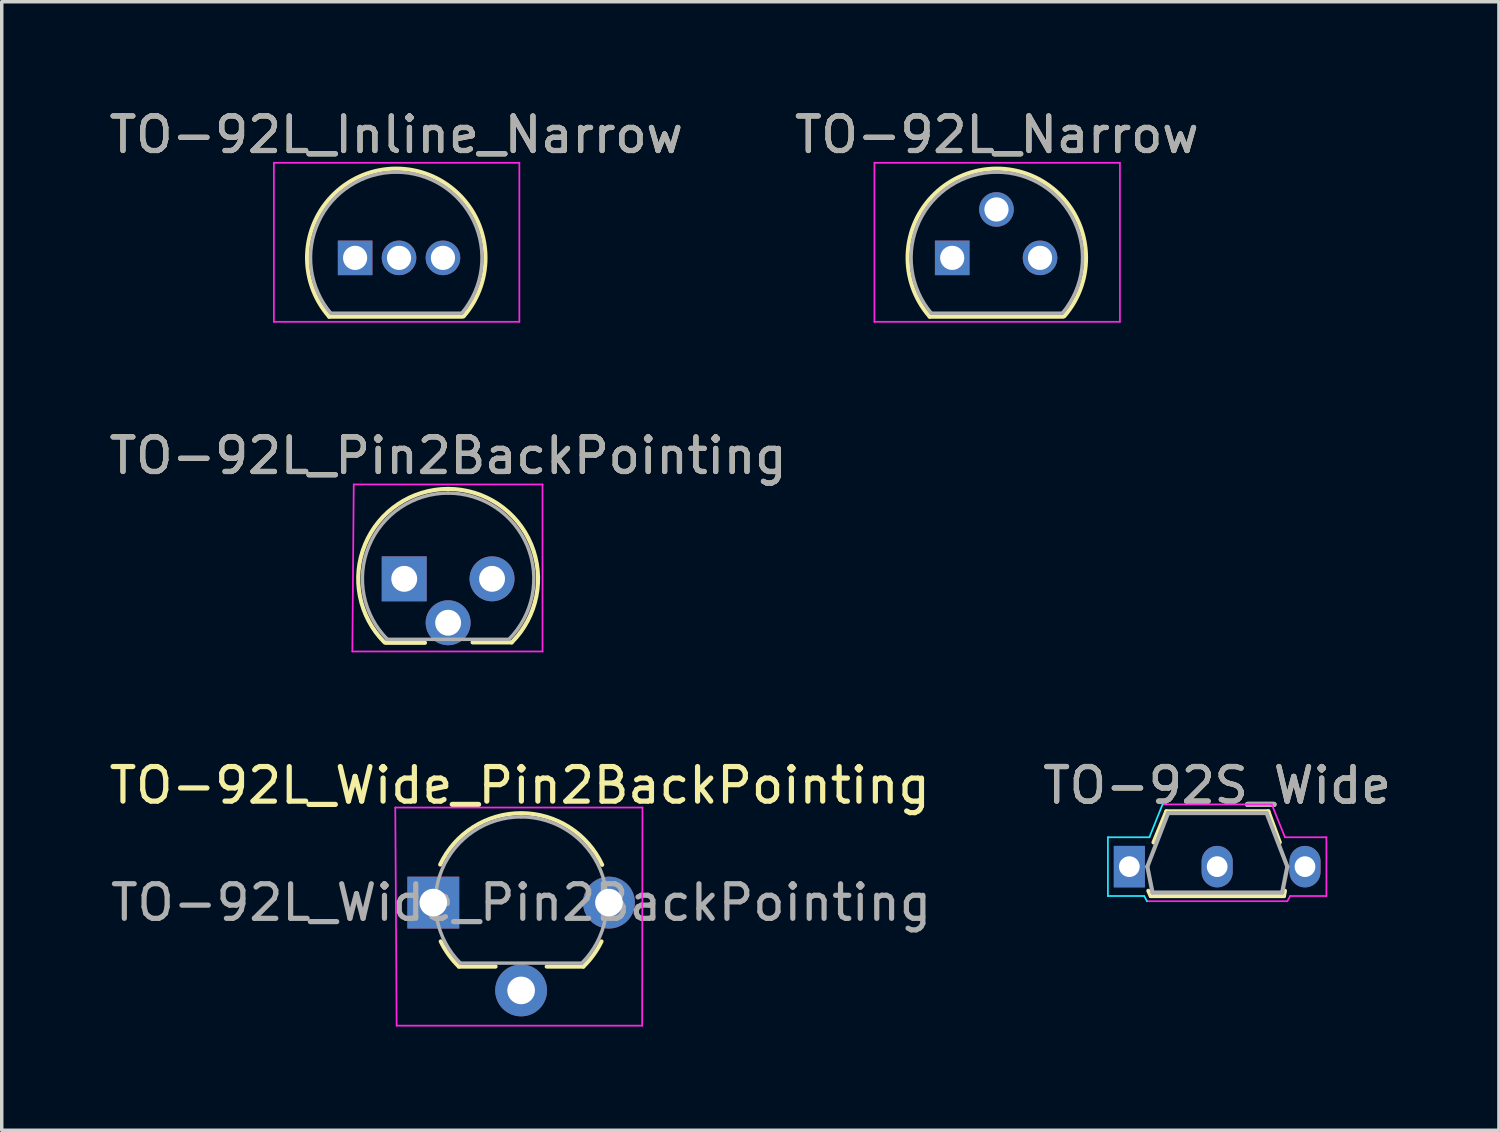
<source format=kicad_pcb>
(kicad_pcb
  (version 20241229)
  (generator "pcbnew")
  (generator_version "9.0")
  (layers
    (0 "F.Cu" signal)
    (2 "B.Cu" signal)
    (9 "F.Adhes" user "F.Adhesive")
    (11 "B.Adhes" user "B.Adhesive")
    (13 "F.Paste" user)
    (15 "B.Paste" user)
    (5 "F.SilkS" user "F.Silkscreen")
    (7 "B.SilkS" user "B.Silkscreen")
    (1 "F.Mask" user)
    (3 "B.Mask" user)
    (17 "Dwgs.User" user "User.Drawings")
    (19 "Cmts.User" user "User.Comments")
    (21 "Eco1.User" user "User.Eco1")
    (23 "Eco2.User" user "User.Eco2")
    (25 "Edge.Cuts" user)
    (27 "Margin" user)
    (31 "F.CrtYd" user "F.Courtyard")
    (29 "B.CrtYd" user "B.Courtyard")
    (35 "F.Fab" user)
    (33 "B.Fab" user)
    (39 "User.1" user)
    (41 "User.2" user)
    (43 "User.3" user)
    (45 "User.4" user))
  (footprint "TO-92L_Pin2BackPointing"
    (layer "F.Cu")
    (at 8.641 13.691)
    (property "Reference" "TO-92L_Pin2BackPointing" (at 1.27 -3.56 0) (layer "F.SilkS") (effects (font (size 1 1) (thickness 0.15))))
    (attr through_hole)
    (fp_line (start -0.53 1.85) (end 0.6 1.85) (stroke (width 0.12) (type solid)) (layer "F.SilkS"))
    (fp_line (start 1.978 1.838) (end 3.108 1.838) (stroke (width 0.12) (type solid)) (layer "F.SilkS"))
    (fp_arc (start -0.568478 1.838478) (mid -1.132087 -0.994977) (end 1.27 -2.6) (stroke (width 0.12) (type solid)) (layer "F.SilkS"))
    (fp_arc (start 1.27 -2.6) (mid 3.672087 -0.994977) (end 3.108478 1.838478) (stroke (width 0.12) (type solid)) (layer "F.SilkS"))
    (fp_line (start -1.46 -2.73) (end -1.5 2.1) (stroke (width 0.05) (type solid)) (layer "F.CrtYd"))
    (fp_line (start -1.46 -2.73) (end 4 -2.73) (stroke (width 0.05) (type solid)) (layer "F.CrtYd"))
    (fp_line (start 4 2.1) (end -1.5 2.1) (stroke (width 0.05) (type solid)) (layer "F.CrtYd"))
    (fp_line (start 4 2.1) (end 4 -2.73) (stroke (width 0.05) (type solid)) (layer "F.CrtYd"))
    (fp_line (start -0.5 1.75) (end 3 1.75) (stroke (width 0.1) (type solid)) (layer "F.Fab"))
    (fp_arc (start -0.483625 1.753625) (mid -1.021221 -0.949055) (end 1.27 -2.48) (stroke (width 0.1) (type solid)) (layer "F.Fab"))
    (fp_arc (start 1.27 -2.48) (mid 3.561221 -0.949055) (end 3.023625 1.753625) (stroke (width 0.1) (type solid)) (layer "F.Fab"))
    (fp_text user "${REFERENCE}" (at 1.27 -3.56 0) (layer "F.Fab") (effects (font (size 1 1) (thickness 0.15))))
    (pad "1" thru_hole rect (at 0 0 90) (size 1.3 1.3) (drill 0.75) (layers "*.Cu" "*.Mask"))
    (pad "2" thru_hole circle (at 1.27 1.27 90) (size 1.3 1.3) (drill 0.75) (layers "*.Cu" "*.Mask"))
    (pad "3" thru_hole circle (at 2.54 0 90) (size 1.3 1.3) (drill 0.75) (layers "*.Cu" "*.Mask")))
  (footprint "TO-92L_Narrow"
    (layer "F.Cu")
    (at 24.49 4.408)
    (property "Reference" "TO-92L_Narrow" (at 1.29 -3.56 0) (layer "F.SilkS") (effects (font (size 1 1) (thickness 0.15))))
    (attr through_hole)
    (fp_line (start -0.65 1.7) (end 3.2 1.7) (stroke (width 0.12) (type solid)) (layer "F.SilkS"))
    (fp_arc (start -0.65 1.7) (mid 1.283448 -2.579449) (end 3.238611 1.690122) (stroke (width 0.12) (type solid)) (layer "F.SilkS"))
    (fp_line (start -2.25 -2.75) (end -2.25 1.85) (stroke (width 0.05) (type solid)) (layer "F.CrtYd"))
    (fp_line (start -2.25 -2.75) (end 4.85 -2.75) (stroke (width 0.05) (type solid)) (layer "F.CrtYd"))
    (fp_line (start 4.85 1.85) (end -2.25 1.85) (stroke (width 0.05) (type solid)) (layer "F.CrtYd"))
    (fp_line (start 4.85 1.85) (end 4.85 -2.75) (stroke (width 0.05) (type solid)) (layer "F.CrtYd"))
    (fp_line (start -0.6 1.6) (end 3.15 1.6) (stroke (width 0.1) (type solid)) (layer "F.Fab"))
    (fp_arc (start -0.602818 1.602385) (mid -0.959924 -1.043188) (end 1.29 -2.48) (stroke (width 0.1) (type solid)) (layer "F.Fab"))
    (fp_arc (start 1.29 -2.48) (mid 3.537211 -1.049019) (end 3.191103 1.592547) (stroke (width 0.1) (type solid)) (layer "F.Fab"))
    (fp_text user "${REFERENCE}" (at 1.29 -3.56 0) (layer "F.Fab") (effects (font (size 1 1) (thickness 0.15))))
    (pad "1" thru_hole rect (at 0 0 90) (size 1 1) (drill 0.7) (layers "*.Cu" "*.Mask"))
    (pad "2" thru_hole circle (at 1.28 -1.4 90) (size 1 1) (drill 0.7) (layers "*.Cu" "*.Mask"))
    (pad "3" thru_hole circle (at 2.54 0 90) (size 1 1) (drill 0.7) (layers "*.Cu" "*.Mask")))
  (footprint "TO-92L_Wide_Pin2BackPointing"
    (layer "F.Cu")
    (at 9.482 23.055)
    (property "Reference" "TO-92L_Wide_Pin2BackPointing" (at 2.5 -3.39 0) (layer "F.SilkS") (effects (font (size 1 1) (thickness 0.15))))
    (attr through_hole)
    (fp_line (start 0.74 1.85) (end 1.8 1.85) (stroke (width 0.12) (type solid)) (layer "F.SilkS"))
    (fp_line (start 3.28 1.85) (end 4.34 1.85) (stroke (width 0.12) (type solid)) (layer "F.SilkS"))
    (fp_arc (start 0.2 -1.1) (mid 2.544005 -2.58565) (end 4.883396 -1.092746) (stroke (width 0.12) (type solid)) (layer "F.SilkS"))
    (fp_arc (start 0.74 1.85) (mid 0.446097 1.509328) (end 0.215816 1.122795) (stroke (width 0.12) (type solid)) (layer "F.SilkS"))
    (fp_arc (start 4.864184 1.122795) (mid 4.633903 1.509328) (end 4.34 1.85) (stroke (width 0.12) (type solid)) (layer "F.SilkS"))
    (fp_line (start -1.1 -2.75) (end -1.06 3.56) (stroke (width 0.05) (type solid)) (layer "F.CrtYd"))
    (fp_line (start -1.1 -2.75) (end 6.05 -2.75) (stroke (width 0.05) (type solid)) (layer "F.CrtYd"))
    (fp_line (start 6.04 3.56) (end -1.06 3.56) (stroke (width 0.05) (type solid)) (layer "F.CrtYd"))
    (fp_line (start 6.04 3.56) (end 6.05 -2.75) (stroke (width 0.05) (type solid)) (layer "F.CrtYd"))
    (fp_line (start 0.8 1.75) (end 4.3 1.75) (stroke (width 0.1) (type solid)) (layer "F.Fab"))
    (fp_arc (start 0.786375 1.753625) (mid 0.248779 -0.949055) (end 2.54 -2.48) (stroke (width 0.1) (type solid)) (layer "F.Fab"))
    (fp_arc (start 2.54 -2.48) (mid 4.831221 -0.949055) (end 4.293625 1.753625) (stroke (width 0.1) (type solid)) (layer "F.Fab"))
    (fp_text user "${REFERENCE}" (at 2.54 0 0) (layer "F.Fab") (effects (font (size 1 1) (thickness 0.15))))
    (pad "1" thru_hole rect (at 0 0 90) (size 1.5 1.5) (drill 0.8) (layers "*.Cu" "*.Mask"))
    (pad "2" thru_hole circle (at 2.54 2.54 90) (size 1.5 1.5) (drill 0.8) (layers "*.Cu" "*.Mask"))
    (pad "3" thru_hole circle (at 5.08 0 90) (size 1.5 1.5) (drill 0.8) (layers "*.Cu" "*.Mask")))
  (footprint "TO-92S_Wide"
    (layer "F.Cu")
    (at 29.613 22.015)
    (property "Reference" "TO-92S_Wide" (at 2.54 -2.35 0) (layer "F.SilkS") (effects (font (size 1 1) (thickness 0.15))))
    (attr through_hole)
    (fp_line (start 0.55 0.7) (end 0.62 0.85) (stroke (width 0.12) (type solid)) (layer "F.SilkS"))
    (fp_line (start 0.62 0.85) (end 4.47 0.85) (stroke (width 0.12) (type solid)) (layer "F.SilkS"))
    (fp_line (start 1.07 -1.6) (end 0.7 -0.7) (stroke (width 0.12) (type solid)) (layer "F.SilkS"))
    (fp_line (start 4.02 -1.6) (end 1.07 -1.6) (stroke (width 0.12) (type solid)) (layer "F.SilkS"))
    (fp_line (start 4.35 -0.7) (end 4.02 -1.6) (stroke (width 0.12) (type solid)) (layer "F.SilkS"))
    (fp_line (start 4.47 0.85) (end 4.5 0.7) (stroke (width 0.12) (type solid)) (layer "F.SilkS"))
    (fp_line (start -0.62 -0.85) (end -0.62 0.85) (stroke (width 0.05) (type solid)) (layer "B.CrtYd"))
    (fp_line (start -0.62 0.85) (end 0.43 0.85) (stroke (width 0.05) (type solid)) (layer "B.CrtYd"))
    (fp_line (start 0.51 1) (end 0.43 0.85) (stroke (width 0.05) (type solid)) (layer "B.CrtYd"))
    (fp_line (start 0.58 -0.85) (end -0.62 -0.85) (stroke (width 0.05) (type solid)) (layer "B.CrtYd"))
    (fp_line (start 0.58 -0.85) (end 0.96 -1.8) (stroke (width 0.05) (type solid)) (layer "B.CrtYd"))
    (fp_line (start 0.52 1) (end 4.57 1) (stroke (width 0.05) (type solid)) (layer "F.CrtYd"))
    (fp_line (start 4.12 -1.8) (end 0.97 -1.8) (stroke (width 0.05) (type solid)) (layer "F.CrtYd"))
    (fp_line (start 4.5 -0.85) (end 4.12 -1.8) (stroke (width 0.05) (type solid)) (layer "F.CrtYd"))
    (fp_line (start 4.5 -0.85) (end 5.7 -0.85) (stroke (width 0.05) (type solid)) (layer "F.CrtYd"))
    (fp_line (start 4.57 1) (end 4.65 0.85) (stroke (width 0.05) (type solid)) (layer "F.CrtYd"))
    (fp_line (start 5.7 -0.85) (end 5.7 0.85) (stroke (width 0.05) (type solid)) (layer "F.CrtYd"))
    (fp_line (start 5.7 0.85) (end 4.65 0.85) (stroke (width 0.05) (type solid)) (layer "F.CrtYd"))
    (fp_line (start 0.52 0) (end 1.12 -1.55) (stroke (width 0.12) (type solid)) (layer "F.Fab"))
    (fp_line (start 0.67 0.75) (end 0.52 0) (stroke (width 0.12) (type solid)) (layer "F.Fab"))
    (fp_line (start 0.67 0.75) (end 4.42 0.75) (stroke (width 0.12) (type solid)) (layer "F.Fab"))
    (fp_line (start 1.12 -1.55) (end 3.97 -1.55) (stroke (width 0.12) (type solid)) (layer "F.Fab"))
    (fp_line (start 4.42 0.75) (end 4.57 0) (stroke (width 0.12) (type solid)) (layer "F.Fab"))
    (fp_line (start 4.57 0) (end 3.97 -1.55) (stroke (width 0.12) (type solid)) (layer "F.Fab"))
    (fp_text user "${REFERENCE}" (at 2.54 -2.35 0) (layer "F.Fab") (effects (font (size 1 1) (thickness 0.15))))
    (pad "1" thru_hole rect (at 0 0 180) (size 0.9 1.2) (drill 0.6) (layers "*.Cu" "*.Mask"))
    (pad "2" thru_hole oval (at 2.54 0 180) (size 0.9 1.2) (drill 0.6) (layers "*.Cu" "*.Mask"))
    (pad "3" thru_hole oval (at 5.08 0 180) (size 0.9 1.2) (drill 0.6) (layers "*.Cu" "*.Mask")))
  (footprint "TO-92L_Inline_Narrow"
    (layer "F.Cu")
    (at 7.221 4.408)
    (property "Reference" "TO-92L_Inline_Narrow" (at 1.19 -3.56 180) (layer "F.SilkS") (effects (font (size 1 1) (thickness 0.15))))
    (attr through_hole)
    (fp_line (start -0.75 1.7) (end 3.1 1.7) (stroke (width 0.12) (type solid)) (layer "F.SilkS"))
    (fp_arc (start -0.75 1.7) (mid 1.183448 -2.579449) (end 3.138611 1.690122) (stroke (width 0.12) (type solid)) (layer "F.SilkS"))
    (fp_line (start -2.35 -2.75) (end -2.35 1.85) (stroke (width 0.05) (type solid)) (layer "F.CrtYd"))
    (fp_line (start -2.35 -2.75) (end 4.75 -2.75) (stroke (width 0.05) (type solid)) (layer "F.CrtYd"))
    (fp_line (start 4.75 1.85) (end -2.35 1.85) (stroke (width 0.05) (type solid)) (layer "F.CrtYd"))
    (fp_line (start 4.75 1.85) (end 4.75 -2.75) (stroke (width 0.05) (type solid)) (layer "F.CrtYd"))
    (fp_line (start -0.7 1.6) (end 3.05 1.6) (stroke (width 0.1) (type solid)) (layer "F.Fab"))
    (fp_arc (start -0.702818 1.602385) (mid -1.059924 -1.043188) (end 1.19 -2.48) (stroke (width 0.1) (type solid)) (layer "F.Fab"))
    (fp_arc (start 1.19 -2.48) (mid 3.437211 -1.049019) (end 3.091103 1.592547) (stroke (width 0.1) (type solid)) (layer "F.Fab"))
    (fp_text user "${REFERENCE}" (at 1.19 -3.56 180) (layer "F.Fab") (effects (font (size 1 1) (thickness 0.15))))
    (pad "1" thru_hole rect (at 0 0 90) (size 1 1) (drill 0.7) (layers "*.Cu" "*.Mask"))
    (pad "2" thru_hole circle (at 1.27 0 90) (size 1 1) (drill 0.7) (layers "*.Cu" "*.Mask"))
    (pad "3" thru_hole circle (at 2.54 0 90) (size 1 1) (drill 0.7) (layers "*.Cu" "*.Mask")))
  (gr_rect
    (start -3 -3)
    (end 40.302 29.64)
    (stroke (width 0.1) (type default))
    (fill no)
    (layer "Edge.Cuts")))
</source>
